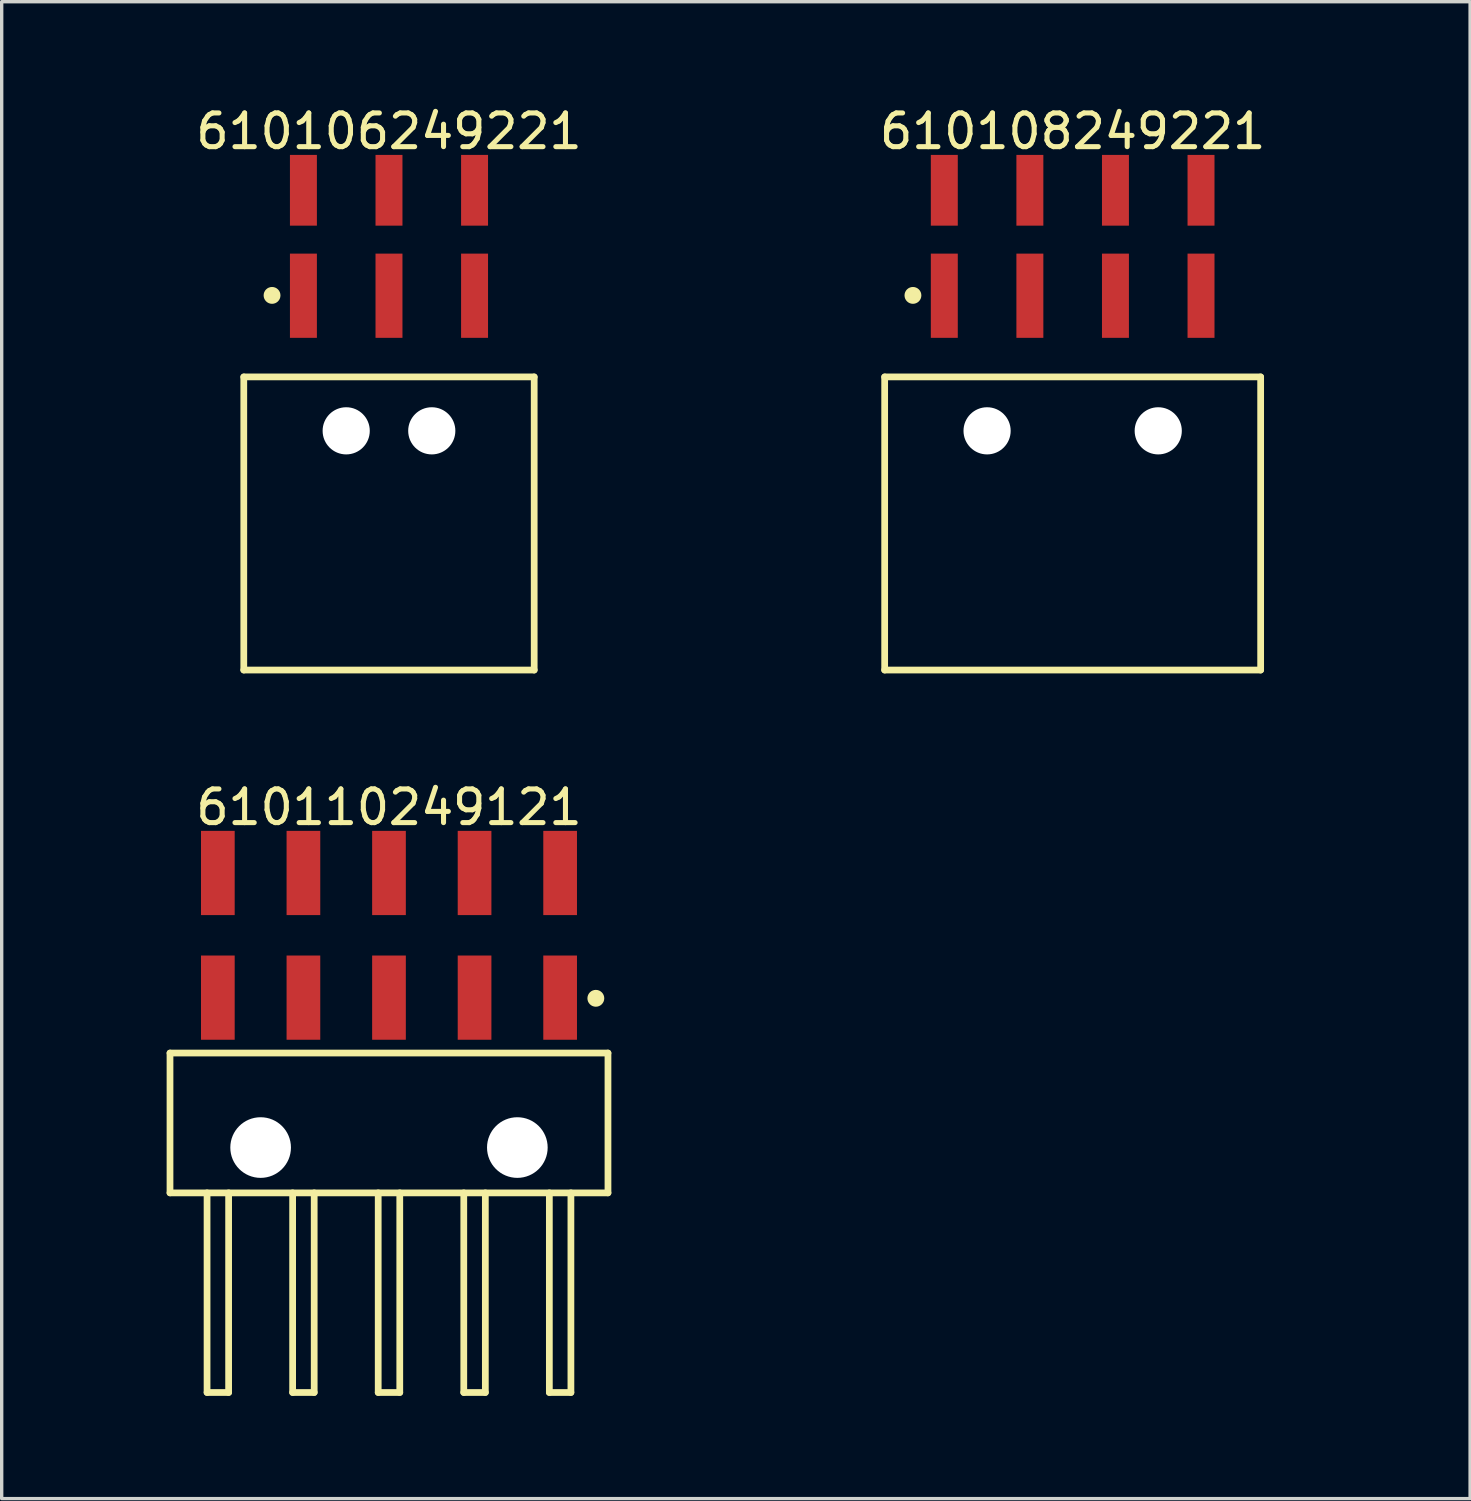
<source format=kicad_pcb>
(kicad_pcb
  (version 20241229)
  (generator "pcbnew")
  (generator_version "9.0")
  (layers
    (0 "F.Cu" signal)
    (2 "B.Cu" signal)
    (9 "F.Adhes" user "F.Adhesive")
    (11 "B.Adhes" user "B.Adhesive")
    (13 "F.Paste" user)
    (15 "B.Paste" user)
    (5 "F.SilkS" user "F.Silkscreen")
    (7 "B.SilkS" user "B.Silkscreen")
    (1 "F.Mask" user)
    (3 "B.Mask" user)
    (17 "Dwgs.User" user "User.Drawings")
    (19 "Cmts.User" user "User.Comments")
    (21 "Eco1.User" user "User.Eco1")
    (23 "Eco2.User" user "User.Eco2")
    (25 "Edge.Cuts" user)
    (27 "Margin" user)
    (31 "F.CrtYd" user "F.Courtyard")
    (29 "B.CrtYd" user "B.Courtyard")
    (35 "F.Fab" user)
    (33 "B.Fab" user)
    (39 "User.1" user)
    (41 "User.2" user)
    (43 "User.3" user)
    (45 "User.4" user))
  (footprint "610106249221"
    (layer "F.Cu")
    (at 8.496 12.488)
    (property "Reference" "610106249221" (at 0 -11.64 0) (layer "F.SilkS") (effects (font (size 1 1) (thickness 0.15))))
    (fp_line (start -4.31 -4.35) (end 4.31 -4.35) (stroke (width 0.2) (type solid)) (layer "F.SilkS"))
    (fp_line (start -4.31 4.35) (end -4.31 -4.35) (stroke (width 0.2) (type solid)) (layer "F.SilkS"))
    (fp_line (start -4.31 4.35) (end 4.31 4.35) (stroke (width 0.2) (type solid)) (layer "F.SilkS"))
    (fp_line (start 4.31 4.35) (end 4.31 -4.35) (stroke (width 0.2) (type solid)) (layer "F.SilkS"))
    (fp_circle (center -3.471 -6.77) (end -3.471 -6.895) (stroke (width 0.25) (type solid)) (fill no) (layer "F.SilkS"))
    (fp_line (start -4.51 -11.14) (end 4.51 -11.14) (stroke (width 0.05) (type solid)) (layer "Eco2.User"))
    (fp_line (start -4.51 4.55) (end -4.51 -11.14) (stroke (width 0.05) (type solid)) (layer "Eco2.User"))
    (fp_line (start -4.51 4.55) (end 4.51 4.55) (stroke (width 0.05) (type solid)) (layer "Eco2.User"))
    (fp_line (start -4.06 -4.25) (end 4.06 -4.25) (stroke (width 0.1) (type solid)) (layer "Eco2.User"))
    (fp_line (start -4.06 4.25) (end -4.06 -4.25) (stroke (width 0.1) (type solid)) (layer "Eco2.User"))
    (fp_line (start -4.06 4.25) (end 4.06 4.25) (stroke (width 0.1) (type solid)) (layer "Eco2.User"))
    (fp_line (start -2.86 -10.44) (end -2.22 -10.44) (stroke (width 0.1) (type solid)) (layer "Eco2.User"))
    (fp_line (start -2.86 -7.49) (end -2.22 -7.49) (stroke (width 0.1) (type solid)) (layer "Eco2.User"))
    (fp_line (start -2.86 -4.25) (end -2.86 -10.44) (stroke (width 0.1) (type solid)) (layer "Eco2.User"))
    (fp_line (start -2.22 -4.25) (end -2.22 -10.44) (stroke (width 0.1) (type solid)) (layer "Eco2.User"))
    (fp_line (start -0.5 0) (end 0.5 0) (stroke (width 0.05) (type solid)) (layer "Eco2.User"))
    (fp_line (start -0.32 -10.44) (end 0.32 -10.44) (stroke (width 0.1) (type solid)) (layer "Eco2.User"))
    (fp_line (start -0.32 -7.49) (end 0.32 -7.49) (stroke (width 0.1) (type solid)) (layer "Eco2.User"))
    (fp_line (start -0.32 -4.25) (end -0.32 -10.44) (stroke (width 0.1) (type solid)) (layer "Eco2.User"))
    (fp_line (start 0 0.5) (end 0 -0.5) (stroke (width 0.05) (type solid)) (layer "Eco2.User"))
    (fp_line (start 0.32 -4.25) (end 0.32 -10.44) (stroke (width 0.1) (type solid)) (layer "Eco2.User"))
    (fp_line (start 2.22 -10.44) (end 2.86 -10.44) (stroke (width 0.1) (type solid)) (layer "Eco2.User"))
    (fp_line (start 2.22 -7.49) (end 2.86 -7.49) (stroke (width 0.1) (type solid)) (layer "Eco2.User"))
    (fp_line (start 2.22 -4.25) (end 2.22 -10.44) (stroke (width 0.1) (type solid)) (layer "Eco2.User"))
    (fp_line (start 2.86 -4.25) (end 2.86 -10.44) (stroke (width 0.1) (type solid)) (layer "Eco2.User"))
    (fp_line (start 4.06 4.25) (end 4.06 -4.25) (stroke (width 0.1) (type solid)) (layer "Eco2.User"))
    (fp_line (start 4.51 4.55) (end 4.51 -11.14) (stroke (width 0.05) (type solid)) (layer "Eco2.User"))
    (fp_text user "${REFERENCE}" (at 0.15 -0.197 0) (unlocked yes) (layer "User.3") (effects (font (size 1.5 1.5) (thickness 0.15))))
    (pad "" np_thru_hole circle (at -1.27 -2.75) (size 1.4 1.4) (drill 1.4) (layers "*.Cu" "*.Mask"))
    (pad "" np_thru_hole circle (at 1.27 -2.75) (size 1.4 1.4) (drill 1.4) (layers "*.Cu" "*.Mask"))
    (pad "1" smd rect (at -2.54 -6.76) (size 0.8 2.5) (layers "F.Cu" "F.Mask" "F.Paste"))
    (pad "2" smd rect (at -2.54 -9.89) (size 0.8 2.1) (layers "F.Cu" "F.Mask" "F.Paste"))
    (pad "3" smd rect (at 0 -6.76) (size 0.8 2.5) (layers "F.Cu" "F.Mask" "F.Paste"))
    (pad "4" smd rect (at 0 -9.89) (size 0.8 2.1) (layers "F.Cu" "F.Mask" "F.Paste"))
    (pad "5" smd rect (at 2.54 -6.76) (size 0.8 2.5) (layers "F.Cu" "F.Mask" "F.Paste"))
    (pad "6" smd rect (at 2.54 -9.89) (size 0.8 2.1) (layers "F.Cu" "F.Mask" "F.Paste")))
  (footprint "610108249221"
    (layer "F.Cu")
    (at 28.789 12.488)
    (property "Reference" "610108249221" (at 0 -11.64 0) (layer "F.SilkS") (effects (font (size 1 1) (thickness 0.15))))
    (fp_line (start -5.58 -4.35) (end 5.58 -4.35) (stroke (width 0.2) (type solid)) (layer "F.SilkS"))
    (fp_line (start -5.58 4.35) (end -5.58 -4.35) (stroke (width 0.2) (type solid)) (layer "F.SilkS"))
    (fp_line (start -5.58 4.35) (end 5.58 4.35) (stroke (width 0.2) (type solid)) (layer "F.SilkS"))
    (fp_line (start 5.58 4.35) (end 5.58 -4.35) (stroke (width 0.2) (type solid)) (layer "F.SilkS"))
    (fp_circle (center -4.741 -6.77) (end -4.741 -6.895) (stroke (width 0.25) (type solid)) (fill no) (layer "F.SilkS"))
    (fp_line (start -5.78 -11.14) (end 5.78 -11.14) (stroke (width 0.05) (type solid)) (layer "Eco2.User"))
    (fp_line (start -5.78 4.55) (end -5.78 -11.14) (stroke (width 0.05) (type solid)) (layer "Eco2.User"))
    (fp_line (start -5.78 4.55) (end 5.78 4.55) (stroke (width 0.05) (type solid)) (layer "Eco2.User"))
    (fp_line (start -5.33 -4.25) (end 5.33 -4.25) (stroke (width 0.1) (type solid)) (layer "Eco2.User"))
    (fp_line (start -5.33 4.25) (end -5.33 -4.25) (stroke (width 0.1) (type solid)) (layer "Eco2.User"))
    (fp_line (start -5.33 4.25) (end 5.33 4.25) (stroke (width 0.1) (type solid)) (layer "Eco2.User"))
    (fp_line (start -4.13 -10.44) (end -3.49 -10.44) (stroke (width 0.1) (type solid)) (layer "Eco2.User"))
    (fp_line (start -4.13 -7.49) (end -3.49 -7.49) (stroke (width 0.1) (type solid)) (layer "Eco2.User"))
    (fp_line (start -4.13 -4.25) (end -4.13 -10.44) (stroke (width 0.1) (type solid)) (layer "Eco2.User"))
    (fp_line (start -3.49 -4.25) (end -3.49 -10.44) (stroke (width 0.1) (type solid)) (layer "Eco2.User"))
    (fp_line (start -1.59 -10.44) (end -0.95 -10.44) (stroke (width 0.1) (type solid)) (layer "Eco2.User"))
    (fp_line (start -1.59 -7.49) (end -0.95 -7.49) (stroke (width 0.1) (type solid)) (layer "Eco2.User"))
    (fp_line (start -1.59 -4.25) (end -1.59 -10.44) (stroke (width 0.1) (type solid)) (layer "Eco2.User"))
    (fp_line (start -0.95 -4.25) (end -0.95 -10.44) (stroke (width 0.1) (type solid)) (layer "Eco2.User"))
    (fp_line (start -0.5 0) (end 0.5 0) (stroke (width 0.05) (type solid)) (layer "Eco2.User"))
    (fp_line (start 0 0.5) (end 0 -0.5) (stroke (width 0.05) (type solid)) (layer "Eco2.User"))
    (fp_line (start 0.95 -10.44) (end 1.59 -10.44) (stroke (width 0.1) (type solid)) (layer "Eco2.User"))
    (fp_line (start 0.95 -7.49) (end 1.59 -7.49) (stroke (width 0.1) (type solid)) (layer "Eco2.User"))
    (fp_line (start 0.95 -4.25) (end 0.95 -10.44) (stroke (width 0.1) (type solid)) (layer "Eco2.User"))
    (fp_line (start 1.59 -4.25) (end 1.59 -10.44) (stroke (width 0.1) (type solid)) (layer "Eco2.User"))
    (fp_line (start 3.49 -10.44) (end 4.13 -10.44) (stroke (width 0.1) (type solid)) (layer "Eco2.User"))
    (fp_line (start 3.49 -7.49) (end 4.13 -7.49) (stroke (width 0.1) (type solid)) (layer "Eco2.User"))
    (fp_line (start 3.49 -4.25) (end 3.49 -10.44) (stroke (width 0.1) (type solid)) (layer "Eco2.User"))
    (fp_line (start 4.13 -4.25) (end 4.13 -10.44) (stroke (width 0.1) (type solid)) (layer "Eco2.User"))
    (fp_line (start 5.33 4.25) (end 5.33 -4.25) (stroke (width 0.1) (type solid)) (layer "Eco2.User"))
    (fp_line (start 5.78 4.55) (end 5.78 -11.14) (stroke (width 0.05) (type solid)) (layer "Eco2.User"))
    (fp_text user "${REFERENCE}" (at 0.15 -0.197 0) (unlocked yes) (layer "User.3") (effects (font (size 1.5 1.5) (thickness 0.15))))
    (pad "" np_thru_hole circle (at -2.54 -2.75) (size 1.4 1.4) (drill 1.4) (layers "*.Cu" "*.Mask"))
    (pad "" np_thru_hole circle (at 2.54 -2.75) (size 1.4 1.4) (drill 1.4) (layers "*.Cu" "*.Mask"))
    (pad "1" smd rect (at -3.81 -6.76) (size 0.8 2.5) (layers "F.Cu" "F.Mask" "F.Paste"))
    (pad "2" smd rect (at -3.81 -9.89) (size 0.8 2.1) (layers "F.Cu" "F.Mask" "F.Paste"))
    (pad "3" smd rect (at -1.27 -6.76) (size 0.8 2.5) (layers "F.Cu" "F.Mask" "F.Paste"))
    (pad "4" smd rect (at -1.27 -9.89) (size 0.8 2.1) (layers "F.Cu" "F.Mask" "F.Paste"))
    (pad "5" smd rect (at 1.27 -6.76) (size 0.8 2.5) (layers "F.Cu" "F.Mask" "F.Paste"))
    (pad "6" smd rect (at 1.27 -9.89) (size 0.8 2.1) (layers "F.Cu" "F.Mask" "F.Paste"))
    (pad "7" smd rect (at 3.81 -6.76) (size 0.8 2.5) (layers "F.Cu" "F.Mask" "F.Paste"))
    (pad "8" smd rect (at 3.81 -9.89) (size 0.8 2.1) (layers "F.Cu" "F.Mask" "F.Paste")))
  (footprint "610110249121"
    (layer "F.Cu")
    (at 8.496 30.282)
    (property "Reference" "610110249121" (at 0 -9.37 0) (layer "F.SilkS") (effects (font (size 1 1) (thickness 0.15))))
    (fp_line (start -6.5 -2.075) (end 6.5 -2.075) (stroke (width 0.2) (type solid)) (layer "F.SilkS"))
    (fp_line (start -6.5 2.075) (end -6.5 -2.075) (stroke (width 0.2) (type solid)) (layer "F.SilkS"))
    (fp_line (start -6.5 2.075) (end 6.5 2.075) (stroke (width 0.2) (type solid)) (layer "F.SilkS"))
    (fp_line (start -5.4 8) (end -5.4 2.075) (stroke (width 0.2) (type solid)) (layer "F.SilkS"))
    (fp_line (start -5.4 8) (end -4.76 8) (stroke (width 0.2) (type solid)) (layer "F.SilkS"))
    (fp_line (start -4.76 8) (end -4.76 2.075) (stroke (width 0.2) (type solid)) (layer "F.SilkS"))
    (fp_line (start -2.86 8) (end -2.86 2.075) (stroke (width 0.2) (type solid)) (layer "F.SilkS"))
    (fp_line (start -2.86 8) (end -2.22 8) (stroke (width 0.2) (type solid)) (layer "F.SilkS"))
    (fp_line (start -2.22 8) (end -2.22 2.075) (stroke (width 0.2) (type solid)) (layer "F.SilkS"))
    (fp_line (start -0.32 8) (end -0.32 2.075) (stroke (width 0.2) (type solid)) (layer "F.SilkS"))
    (fp_line (start -0.32 8) (end 0.32 8) (stroke (width 0.2) (type solid)) (layer "F.SilkS"))
    (fp_line (start 0.32 8) (end 0.32 2.075) (stroke (width 0.2) (type solid)) (layer "F.SilkS"))
    (fp_line (start 2.22 8) (end 2.22 2.075) (stroke (width 0.2) (type solid)) (layer "F.SilkS"))
    (fp_line (start 2.22 8) (end 2.86 8) (stroke (width 0.2) (type solid)) (layer "F.SilkS"))
    (fp_line (start 2.86 8) (end 2.86 2.075) (stroke (width 0.2) (type solid)) (layer "F.SilkS"))
    (fp_line (start 4.76 8) (end 4.76 2.075) (stroke (width 0.2) (type solid)) (layer "F.SilkS"))
    (fp_line (start 4.76 8) (end 5.4 8) (stroke (width 0.2) (type solid)) (layer "F.SilkS"))
    (fp_line (start 5.4 8) (end 5.4 2.075) (stroke (width 0.2) (type solid)) (layer "F.SilkS"))
    (fp_line (start 6.5 2.075) (end 6.5 -2.075) (stroke (width 0.2) (type solid)) (layer "F.SilkS"))
    (fp_circle (center 6.14 -3.7) (end 6.14 -3.825) (stroke (width 0.25) (type solid)) (fill no) (layer "F.SilkS"))
    (fp_line (start -6.7 -8.87) (end 6.7 -8.87) (stroke (width 0.05) (type solid)) (layer "Eco2.User"))
    (fp_line (start -6.7 8.125) (end -6.7 -8.87) (stroke (width 0.05) (type solid)) (layer "Eco2.User"))
    (fp_line (start -6.7 8.125) (end 6.7 8.125) (stroke (width 0.05) (type solid)) (layer "Eco2.User"))
    (fp_line (start -6.35 -2) (end 6.35 -2) (stroke (width 0.1) (type solid)) (layer "Eco2.User"))
    (fp_line (start -6.35 2) (end -6.35 -2) (stroke (width 0.1) (type solid)) (layer "Eco2.User"))
    (fp_line (start -6.35 2) (end 6.35 2) (stroke (width 0.1) (type solid)) (layer "Eco2.User"))
    (fp_line (start -5.41 -8.16) (end -4.77 -8.16) (stroke (width 0.1) (type solid)) (layer "Eco2.User"))
    (fp_line (start -5.41 -7.815) (end -5.41 -8.16) (stroke (width 0.1) (type solid)) (layer "Eco2.User"))
    (fp_line (start -5.41 -7.535) (end -5.41 -7.815) (stroke (width 0.1) (type solid)) (layer "Eco2.User"))
    (fp_line (start -5.41 -4.48) (end -4.77 -4.48) (stroke (width 0.1) (type solid)) (layer "Eco2.User"))
    (fp_line (start -5.41 -4.135) (end -5.41 -4.26) (stroke (width 0.1) (type solid)) (layer "Eco2.User"))
    (fp_line (start -5.41 -2) (end -5.41 -8.16) (stroke (width 0.1) (type solid)) (layer "Eco2.User"))
    (fp_line (start -5.4 8) (end -5.4 2) (stroke (width 0.1) (type solid)) (layer "Eco2.User"))
    (fp_line (start -5.4 8) (end -4.76 8) (stroke (width 0.1) (type solid)) (layer "Eco2.User"))
    (fp_line (start -4.77 -7.815) (end -4.77 -8.16) (stroke (width 0.1) (type solid)) (layer "Eco2.User"))
    (fp_line (start -4.77 -7.535) (end -4.77 -7.815) (stroke (width 0.1) (type solid)) (layer "Eco2.User"))
    (fp_line (start -4.77 -4.135) (end -4.77 -4.26) (stroke (width 0.1) (type solid)) (layer "Eco2.User"))
    (fp_line (start -4.77 -2) (end -4.77 -8.16) (stroke (width 0.1) (type solid)) (layer "Eco2.User"))
    (fp_line (start -4.76 8) (end -4.76 2) (stroke (width 0.1) (type solid)) (layer "Eco2.User"))
    (fp_line (start -2.87 -8.16) (end -2.23 -8.16) (stroke (width 0.1) (type solid)) (layer "Eco2.User"))
    (fp_line (start -2.87 -7.815) (end -2.87 -8.16) (stroke (width 0.1) (type solid)) (layer "Eco2.User"))
    (fp_line (start -2.87 -7.535) (end -2.87 -7.815) (stroke (width 0.1) (type solid)) (layer "Eco2.User"))
    (fp_line (start -2.87 -4.48) (end -2.23 -4.48) (stroke (width 0.1) (type solid)) (layer "Eco2.User"))
    (fp_line (start -2.87 -4.135) (end -2.87 -4.26) (stroke (width 0.1) (type solid)) (layer "Eco2.User"))
    (fp_line (start -2.87 -2) (end -2.87 -8.16) (stroke (width 0.1) (type solid)) (layer "Eco2.User"))
    (fp_line (start -2.86 8) (end -2.86 2) (stroke (width 0.1) (type solid)) (layer "Eco2.User"))
    (fp_line (start -2.86 8) (end -2.22 8) (stroke (width 0.1) (type solid)) (layer "Eco2.User"))
    (fp_line (start -2.23 -7.815) (end -2.23 -8.16) (stroke (width 0.1) (type solid)) (layer "Eco2.User"))
    (fp_line (start -2.23 -7.535) (end -2.23 -7.815) (stroke (width 0.1) (type solid)) (layer "Eco2.User"))
    (fp_line (start -2.23 -4.135) (end -2.23 -4.26) (stroke (width 0.1) (type solid)) (layer "Eco2.User"))
    (fp_line (start -2.23 -2) (end -2.23 -8.16) (stroke (width 0.1) (type solid)) (layer "Eco2.User"))
    (fp_line (start -2.22 8) (end -2.22 2) (stroke (width 0.1) (type solid)) (layer "Eco2.User"))
    (fp_line (start -0.5 0) (end 0.5 0) (stroke (width 0.05) (type solid)) (layer "Eco2.User"))
    (fp_line (start -0.33 -8.16) (end 0.31 -8.16) (stroke (width 0.1) (type solid)) (layer "Eco2.User"))
    (fp_line (start -0.33 -7.815) (end -0.33 -8.16) (stroke (width 0.1) (type solid)) (layer "Eco2.User"))
    (fp_line (start -0.33 -7.535) (end -0.33 -7.815) (stroke (width 0.1) (type solid)) (layer "Eco2.User"))
    (fp_line (start -0.33 -4.48) (end 0.31 -4.48) (stroke (width 0.1) (type solid)) (layer "Eco2.User"))
    (fp_line (start -0.33 -4.135) (end -0.33 -4.26) (stroke (width 0.1) (type solid)) (layer "Eco2.User"))
    (fp_line (start -0.33 -2) (end -0.33 -8.16) (stroke (width 0.1) (type solid)) (layer "Eco2.User"))
    (fp_line (start -0.32 8) (end -0.32 2) (stroke (width 0.1) (type solid)) (layer "Eco2.User"))
    (fp_line (start -0.32 8) (end 0.32 8) (stroke (width 0.1) (type solid)) (layer "Eco2.User"))
    (fp_line (start 0 0.5) (end 0 -0.5) (stroke (width 0.05) (type solid)) (layer "Eco2.User"))
    (fp_line (start 0.31 -7.815) (end 0.31 -8.16) (stroke (width 0.1) (type solid)) (layer "Eco2.User"))
    (fp_line (start 0.31 -7.535) (end 0.31 -7.815) (stroke (width 0.1) (type solid)) (layer "Eco2.User"))
    (fp_line (start 0.31 -4.135) (end 0.31 -4.26) (stroke (width 0.1) (type solid)) (layer "Eco2.User"))
    (fp_line (start 0.31 -2) (end 0.31 -8.16) (stroke (width 0.1) (type solid)) (layer "Eco2.User"))
    (fp_line (start 0.32 8) (end 0.32 2) (stroke (width 0.1) (type solid)) (layer "Eco2.User"))
    (fp_line (start 2.21 -8.16) (end 2.85 -8.16) (stroke (width 0.1) (type solid)) (layer "Eco2.User"))
    (fp_line (start 2.21 -7.815) (end 2.21 -8.16) (stroke (width 0.1) (type solid)) (layer "Eco2.User"))
    (fp_line (start 2.21 -7.535) (end 2.21 -7.815) (stroke (width 0.1) (type solid)) (layer "Eco2.User"))
    (fp_line (start 2.21 -4.48) (end 2.85 -4.48) (stroke (width 0.1) (type solid)) (layer "Eco2.User"))
    (fp_line (start 2.21 -4.135) (end 2.21 -4.26) (stroke (width 0.1) (type solid)) (layer "Eco2.User"))
    (fp_line (start 2.21 -2) (end 2.21 -8.16) (stroke (width 0.1) (type solid)) (layer "Eco2.User"))
    (fp_line (start 2.22 8) (end 2.22 2) (stroke (width 0.1) (type solid)) (layer "Eco2.User"))
    (fp_line (start 2.22 8) (end 2.86 8) (stroke (width 0.1) (type solid)) (layer "Eco2.User"))
    (fp_line (start 2.85 -7.815) (end 2.85 -8.16) (stroke (width 0.1) (type solid)) (layer "Eco2.User"))
    (fp_line (start 2.85 -7.535) (end 2.85 -7.815) (stroke (width 0.1) (type solid)) (layer "Eco2.User"))
    (fp_line (start 2.85 -4.135) (end 2.85 -4.26) (stroke (width 0.1) (type solid)) (layer "Eco2.User"))
    (fp_line (start 2.85 -2) (end 2.85 -8.16) (stroke (width 0.1) (type solid)) (layer "Eco2.User"))
    (fp_line (start 2.86 8) (end 2.86 2) (stroke (width 0.1) (type solid)) (layer "Eco2.User"))
    (fp_line (start 4.75 -8.16) (end 5.39 -8.16) (stroke (width 0.1) (type solid)) (layer "Eco2.User"))
    (fp_line (start 4.75 -7.815) (end 4.75 -8.16) (stroke (width 0.1) (type solid)) (layer "Eco2.User"))
    (fp_line (start 4.75 -7.535) (end 4.75 -7.815) (stroke (width 0.1) (type solid)) (layer "Eco2.User"))
    (fp_line (start 4.75 -4.48) (end 5.39 -4.48) (stroke (width 0.1) (type solid)) (layer "Eco2.User"))
    (fp_line (start 4.75 -4.135) (end 4.75 -4.26) (stroke (width 0.1) (type solid)) (layer "Eco2.User"))
    (fp_line (start 4.75 -2) (end 4.75 -8.16) (stroke (width 0.1) (type solid)) (layer "Eco2.User"))
    (fp_line (start 4.76 8) (end 4.76 2) (stroke (width 0.1) (type solid)) (layer "Eco2.User"))
    (fp_line (start 4.76 8) (end 5.4 8) (stroke (width 0.1) (type solid)) (layer "Eco2.User"))
    (fp_line (start 5.39 -7.815) (end 5.39 -8.16) (stroke (width 0.1) (type solid)) (layer "Eco2.User"))
    (fp_line (start 5.39 -7.535) (end 5.39 -7.815) (stroke (width 0.1) (type solid)) (layer "Eco2.User"))
    (fp_line (start 5.39 -4.135) (end 5.39 -4.26) (stroke (width 0.1) (type solid)) (layer "Eco2.User"))
    (fp_line (start 5.39 -2) (end 5.39 -8.16) (stroke (width 0.1) (type solid)) (layer "Eco2.User"))
    (fp_line (start 5.4 8) (end 5.4 2) (stroke (width 0.1) (type solid)) (layer "Eco2.User"))
    (fp_line (start 6.35 2) (end 6.35 -2) (stroke (width 0.1) (type solid)) (layer "Eco2.User"))
    (fp_line (start 6.7 8.125) (end 6.7 -8.87) (stroke (width 0.05) (type solid)) (layer "Eco2.User"))
    (fp_text user "${REFERENCE}" (at 0.15 -0.197 0) (unlocked yes) (layer "User.3") (effects (font (size 1.5 1.5) (thickness 0.15))))
    (pad "" np_thru_hole circle (at -3.81 0.73) (size 1.8 1.8) (drill 1.8) (layers "*.Cu" "*.Mask"))
    (pad "" np_thru_hole circle (at 3.81 0.73) (size 1.8 1.8) (drill 1.8) (layers "*.Cu" "*.Mask"))
    (pad "1" smd rect (at 5.08 -3.72) (size 1 2.5) (layers "F.Cu" "F.Mask" "F.Paste"))
    (pad "2" smd rect (at 5.08 -7.42) (size 1 2.5) (layers "F.Cu" "F.Mask" "F.Paste"))
    (pad "3" smd rect (at 2.54 -3.72) (size 1 2.5) (layers "F.Cu" "F.Mask" "F.Paste"))
    (pad "4" smd rect (at 2.54 -7.42) (size 1 2.5) (layers "F.Cu" "F.Mask" "F.Paste"))
    (pad "5" smd rect (at 0 -3.72) (size 1 2.5) (layers "F.Cu" "F.Mask" "F.Paste"))
    (pad "6" smd rect (at 0 -7.42) (size 1 2.5) (layers "F.Cu" "F.Mask" "F.Paste"))
    (pad "7" smd rect (at -2.54 -3.72) (size 1 2.5) (layers "F.Cu" "F.Mask" "F.Paste"))
    (pad "8" smd rect (at -2.54 -7.42) (size 1 2.5) (layers "F.Cu" "F.Mask" "F.Paste"))
    (pad "9" smd rect (at -5.08 -3.72) (size 1 2.5) (layers "F.Cu" "F.Mask" "F.Paste"))
    (pad "10" smd rect (at -5.08 -7.42) (size 1 2.5) (layers "F.Cu" "F.Mask" "F.Paste")))
  (gr_rect
    (start -3 -3)
    (end 40.586 41.432)
    (stroke (width 0.1) (type default))
    (fill no)
    (layer "Edge.Cuts")))
</source>
